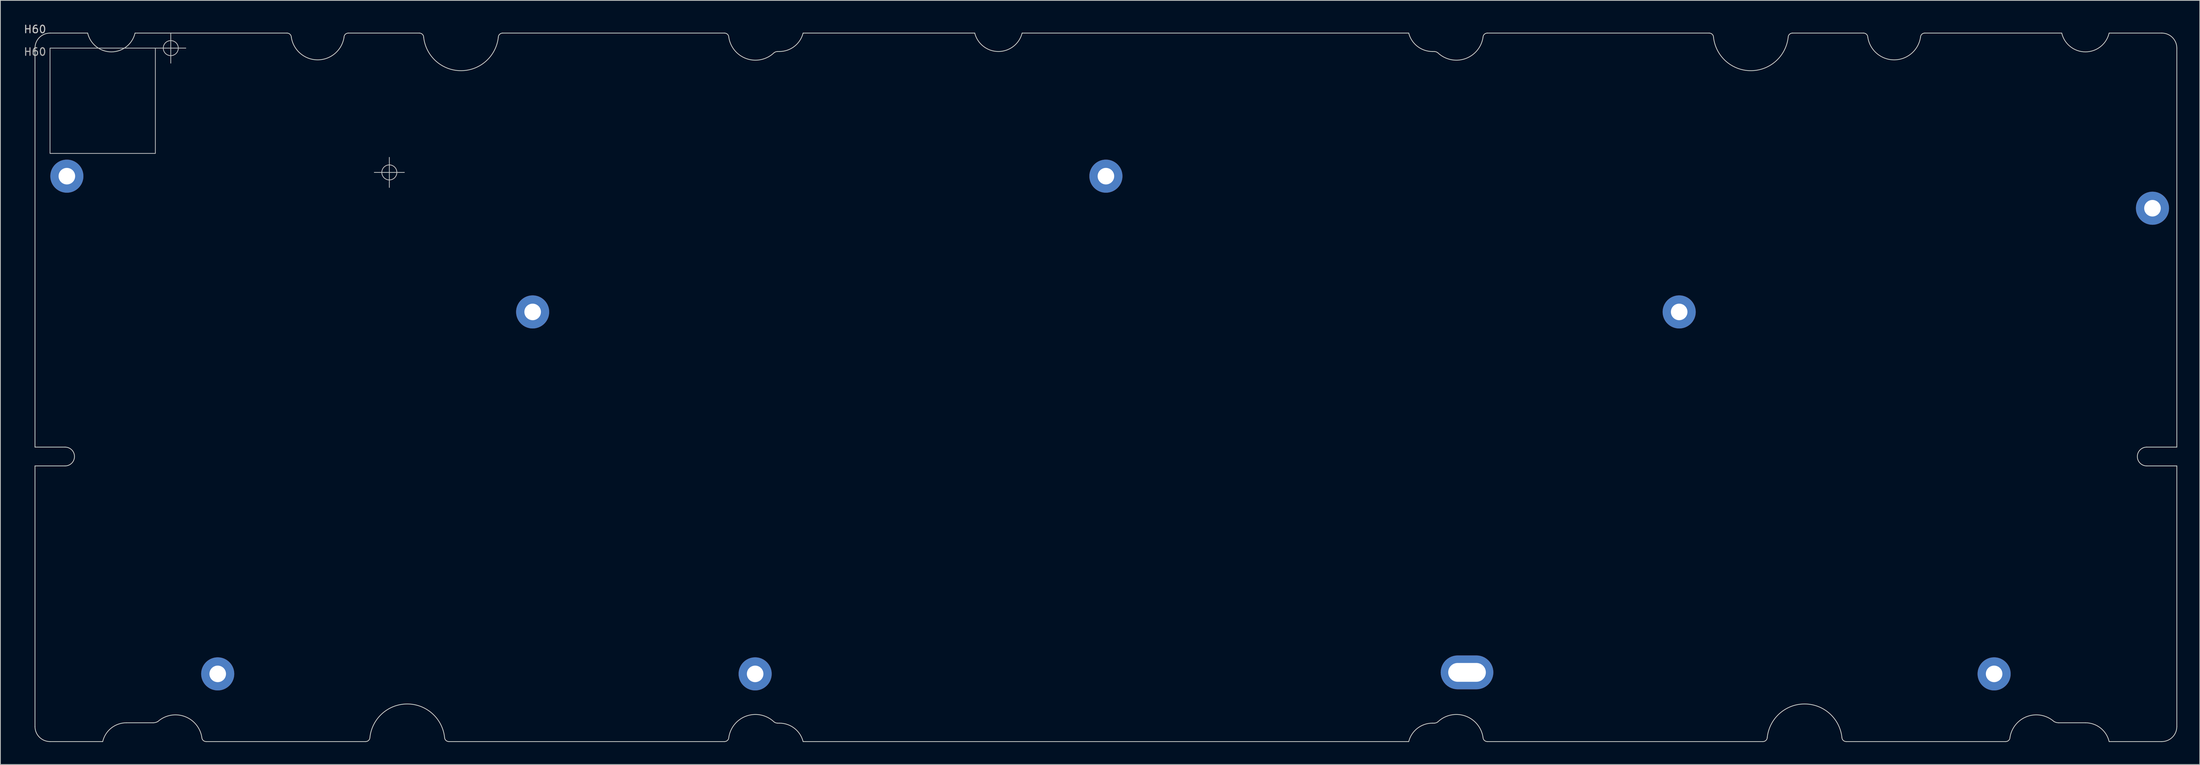
<source format=kicad_pcb>
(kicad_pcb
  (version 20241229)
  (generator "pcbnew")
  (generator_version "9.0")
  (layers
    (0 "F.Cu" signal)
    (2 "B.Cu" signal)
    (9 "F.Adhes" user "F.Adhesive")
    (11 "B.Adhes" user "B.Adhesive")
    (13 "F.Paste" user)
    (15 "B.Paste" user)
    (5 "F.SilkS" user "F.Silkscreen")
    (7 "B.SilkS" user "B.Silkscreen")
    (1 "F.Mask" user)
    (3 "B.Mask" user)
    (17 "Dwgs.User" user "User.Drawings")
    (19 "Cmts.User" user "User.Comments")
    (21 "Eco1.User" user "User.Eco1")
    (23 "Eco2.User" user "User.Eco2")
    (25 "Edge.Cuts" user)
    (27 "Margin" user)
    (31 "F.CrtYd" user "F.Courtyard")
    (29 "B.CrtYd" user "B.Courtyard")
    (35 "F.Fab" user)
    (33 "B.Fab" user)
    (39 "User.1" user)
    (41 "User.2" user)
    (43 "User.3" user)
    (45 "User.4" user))
  (footprint "H60"
    (layer "F.Cu")
    (at 1.601 1.348)
    (property "Reference" "H60" (at 0 -0.5 0) (unlocked yes) (layer "Dwgs.User") (effects (font (size 1 1) (thickness 0.15))))
    (attr through_hole)
    (fp_line (start 16.05 2) (end 20.05 2) (stroke (width 0.1) (type default)) (layer "Dwgs.User"))
    (fp_line (start 18.05 0) (end 18.05 4) (stroke (width 0.1) (type default)) (layer "Dwgs.User"))
    (fp_line (start 45.1 18.525) (end 49.1 18.525) (stroke (width 0.1) (type default)) (layer "Dwgs.User"))
    (fp_line (start 47.1 16.525) (end 47.1 20.525) (stroke (width 0.1) (type default)) (layer "Dwgs.User"))
    (fp_rect (start 2 2) (end 16 16) (stroke (width 0.1) (type default)) (fill no) (layer "Dwgs.User"))
    (fp_circle (center 18.05 2) (end 19.05 2) (stroke (width 0.1) (type solid)) (fill no) (layer "Dwgs.User"))
    (fp_circle (center 47.1 18.525) (end 48.1 18.525) (stroke (width 0.1) (type solid)) (fill no) (layer "Dwgs.User"))
    (fp_line (start 0 2) (end 0 55.05) (stroke (width 0.1) (type solid)) (layer "Edge.Cuts"))
    (fp_line (start 0 55.05) (end 4 55.05) (stroke (width 0.1) (type default)) (layer "Edge.Cuts"))
    (fp_line (start 0 57.55) (end 0 92.2) (stroke (width 0.1) (type solid)) (layer "Edge.Cuts"))
    (fp_line (start 2 0) (end 7 0) (stroke (width 0.1) (type solid)) (layer "Edge.Cuts"))
    (fp_line (start 2 94.2) (end 9 94.2) (stroke (width 0.1) (type default)) (layer "Edge.Cuts"))
    (fp_line (start 4 57.55) (end 0 57.55) (stroke (width 0.1) (type default)) (layer "Edge.Cuts"))
    (fp_line (start 12.15 91.7) (end 15.72 91.7) (stroke (width 0.1) (type solid)) (layer "Edge.Cuts"))
    (fp_line (start 13.3 0) (end 33.505 0) (stroke (width 0.1) (type solid)) (layer "Edge.Cuts"))
    (fp_line (start 41.645 0) (end 51.095 0) (stroke (width 0.1) (type solid)) (layer "Edge.Cuts"))
    (fp_line (start 43.951 94.2) (end 22.746 94.2) (stroke (width 0.1) (type solid)) (layer "Edge.Cuts"))
    (fp_line (start 62.155 0) (end 91.655 0) (stroke (width 0.1) (type solid)) (layer "Edge.Cuts"))
    (fp_line (start 91.655 94.2) (end 55.011 94.2) (stroke (width 0.1) (type default)) (layer "Edge.Cuts"))
    (fp_line (start 98.72 2.45) (end 98.95 2.45) (stroke (width 0.1) (type solid)) (layer "Edge.Cuts"))
    (fp_line (start 98.72 91.75) (end 98.95 91.75) (stroke (width 0.1) (type solid)) (layer "Edge.Cuts"))
    (fp_line (start 102.1 0) (end 124.912 0) (stroke (width 0.1) (type solid)) (layer "Edge.Cuts"))
    (fp_line (start 102.1 94.2) (end 182.6 94.2) (stroke (width 0.1) (type solid)) (layer "Edge.Cuts"))
    (fp_line (start 131.212 0) (end 182.6 0) (stroke (width 0.1) (type solid)) (layer "Edge.Cuts"))
    (fp_line (start 185.98 2.45) (end 185.75 2.45) (stroke (width 0.1) (type solid)) (layer "Edge.Cuts"))
    (fp_line (start 185.98 91.75) (end 185.75 91.75) (stroke (width 0.1) (type solid)) (layer "Edge.Cuts"))
    (fp_line (start 193.045 0) (end 222.545 0) (stroke (width 0.1) (type default)) (layer "Edge.Cuts"))
    (fp_line (start 193.045 94.2) (end 229.689 94.2) (stroke (width 0.1) (type default)) (layer "Edge.Cuts"))
    (fp_line (start 233.605 0) (end 243.055 0) (stroke (width 0.1) (type solid)) (layer "Edge.Cuts"))
    (fp_line (start 240.749 94.2) (end 261.954 94.2) (stroke (width 0.1) (type solid)) (layer "Edge.Cuts"))
    (fp_line (start 251.195 0) (end 269.4 0) (stroke (width 0.1) (type solid)) (layer "Edge.Cuts"))
    (fp_line (start 272.55 91.7) (end 268.98 91.7) (stroke (width 0.1) (type solid)) (layer "Edge.Cuts"))
    (fp_line (start 282.7 0) (end 275.7 0) (stroke (width 0.1) (type default)) (layer "Edge.Cuts"))
    (fp_line (start 282.7 94.2) (end 275.7 94.2) (stroke (width 0.1) (type default)) (layer "Edge.Cuts"))
    (fp_line (start 284.7 2) (end 284.7 55.05) (stroke (width 0.1) (type solid)) (layer "Edge.Cuts"))
    (fp_line (start 284.7 55.05) (end 280.7 55.05) (stroke (width 0.1) (type default)) (layer "Edge.Cuts"))
    (fp_line (start 284.7 57.55) (end 280.7 57.55) (stroke (width 0.1) (type default)) (layer "Edge.Cuts"))
    (fp_line (start 284.7 57.55) (end 284.7 92.2) (stroke (width 0.1) (type solid)) (layer "Edge.Cuts"))
    (fp_arc (start 0 2) (mid 0.585786 0.585786) (end 2 0) (stroke (width 0.1) (type default)) (layer "Edge.Cuts"))
    (fp_arc (start 2 94.2) (mid 0.585786 93.614214) (end 0 92.2) (stroke (width 0.1) (type default)) (layer "Edge.Cuts"))
    (fp_arc (start 4 55.05) (mid 5.25 56.3) (end 4 57.55) (stroke (width 0.1) (type default)) (layer "Edge.Cuts"))
    (fp_arc (start 9 94.2) (mid 10.142021 92.398753) (end 12.15 91.7) (stroke (width 0.1) (type solid)) (layer "Edge.Cuts"))
    (fp_arc (start 13.3 0) (mid 10.15 2.5) (end 7 0) (stroke (width 0.1) (type solid)) (layer "Edge.Cuts"))
    (fp_arc (start 16.337395 91.528992) (mid 16.04032 91.656458) (end 15.72 91.7) (stroke (width 0.1) (type default)) (layer "Edge.Cuts"))
    (fp_arc (start 16.337395 91.528992) (mid 19.875512 90.855125) (end 22.17625 93.63) (stroke (width 0.1) (type solid)) (layer "Edge.Cuts"))
    (fp_arc (start 22.74625 94.2) (mid 22.343199 94.033051) (end 22.17625 93.63) (stroke (width 0.1) (type solid)) (layer "Edge.Cuts"))
    (fp_arc (start 33.505 0) (mid 33.908051 0.166949) (end 34.075 0.57) (stroke (width 0.1) (type solid)) (layer "Edge.Cuts"))
    (fp_arc (start 41.075 0.57) (mid 37.575 3.56) (end 34.075 0.57) (stroke (width 0.1) (type solid)) (layer "Edge.Cuts"))
    (fp_arc (start 41.075 0.57) (mid 41.241949 0.166949) (end 41.645 0) (stroke (width 0.1) (type solid)) (layer "Edge.Cuts"))
    (fp_arc (start 44.52125 93.63) (mid 44.354301 94.033051) (end 43.95125 94.2) (stroke (width 0.1) (type solid)) (layer "Edge.Cuts"))
    (fp_arc (start 44.52125 93.63) (mid 49.48125 89.2) (end 54.44125 93.63) (stroke (width 0.1) (type solid)) (layer "Edge.Cuts"))
    (fp_arc (start 51.095 0) (mid 51.498051 0.166949) (end 51.665 0.57) (stroke (width 0.1) (type solid)) (layer "Edge.Cuts"))
    (fp_arc (start 55.01125 94.2) (mid 54.608199 94.033051) (end 54.44125 93.63) (stroke (width 0.1) (type solid)) (layer "Edge.Cuts"))
    (fp_arc (start 61.585 0.57) (mid 56.625 5) (end 51.665 0.57) (stroke (width 0.1) (type solid)) (layer "Edge.Cuts"))
    (fp_arc (start 61.585 0.57) (mid 61.751949 0.166949) (end 62.155 0) (stroke (width 0.1) (type solid)) (layer "Edge.Cuts"))
    (fp_arc (start 91.655 0) (mid 92.058051 0.166949) (end 92.225 0.57) (stroke (width 0.1) (type solid)) (layer "Edge.Cuts"))
    (fp_arc (start 92.225 93.63) (mid 92.058051 94.033051) (end 91.655 94.2) (stroke (width 0.1) (type solid)) (layer "Edge.Cuts"))
    (fp_arc (start 92.225 93.63) (mid 94.613658 90.785327) (end 98.24 91.59) (stroke (width 0.1) (type solid)) (layer "Edge.Cuts"))
    (fp_arc (start 98.24 2.61) (mid 94.625406 3.418634) (end 92.225 0.57) (stroke (width 0.1) (type solid)) (layer "Edge.Cuts"))
    (fp_arc (start 98.24 2.61) (mid 98.467018 2.491053) (end 98.72 2.45) (stroke (width 0.1) (type default)) (layer "Edge.Cuts"))
    (fp_arc (start 98.72 91.75) (mid 98.467018 91.708947) (end 98.24 91.59) (stroke (width 0.1) (type default)) (layer "Edge.Cuts"))
    (fp_arc (start 98.95 91.75) (mid 100.945307 92.434605) (end 102.1 94.2) (stroke (width 0.1) (type solid)) (layer "Edge.Cuts"))
    (fp_arc (start 102.1 0) (mid 100.939705 1.769742) (end 98.95 2.45) (stroke (width 0.1) (type solid)) (layer "Edge.Cuts"))
    (fp_arc (start 131.212 0) (mid 128.062 2.45) (end 124.912 0) (stroke (width 0.1) (type solid)) (layer "Edge.Cuts"))
    (fp_arc (start 182.6 94.2) (mid 183.754693 92.434605) (end 185.75 91.75) (stroke (width 0.1) (type solid)) (layer "Edge.Cuts"))
    (fp_arc (start 185.75 2.45) (mid 183.754693 1.765395) (end 182.6 0) (stroke (width 0.1) (type solid)) (layer "Edge.Cuts"))
    (fp_arc (start 185.98 2.45) (mid 186.232982 2.491053) (end 186.46 2.61) (stroke (width 0.1) (type default)) (layer "Edge.Cuts"))
    (fp_arc (start 186.46 91.59) (mid 186.232982 91.708947) (end 185.98 91.75) (stroke (width 0.1) (type default)) (layer "Edge.Cuts"))
    (fp_arc (start 186.46 91.59) (mid 190.086342 90.785327) (end 192.475 93.63) (stroke (width 0.1) (type solid)) (layer "Edge.Cuts"))
    (fp_arc (start 192.475 0.57) (mid 190.086342 3.414673) (end 186.46 2.61) (stroke (width 0.1) (type solid)) (layer "Edge.Cuts"))
    (fp_arc (start 192.475 0.57) (mid 192.641949 0.166949) (end 193.045 0) (stroke (width 0.1) (type solid)) (layer "Edge.Cuts"))
    (fp_arc (start 193.045 94.2) (mid 192.641949 94.033051) (end 192.475 93.63) (stroke (width 0.1) (type solid)) (layer "Edge.Cuts"))
    (fp_arc (start 222.545 0) (mid 222.948051 0.166949) (end 223.115 0.57) (stroke (width 0.1) (type solid)) (layer "Edge.Cuts"))
    (fp_arc (start 230.25875 93.63) (mid 230.091801 94.033051) (end 229.68875 94.2) (stroke (width 0.1) (type solid)) (layer "Edge.Cuts"))
    (fp_arc (start 230.25875 93.63) (mid 235.21875 89.2) (end 240.17875 93.63) (stroke (width 0.1) (type solid)) (layer "Edge.Cuts"))
    (fp_arc (start 233.035 0.57) (mid 228.075 5) (end 223.115 0.57) (stroke (width 0.1) (type solid)) (layer "Edge.Cuts"))
    (fp_arc (start 233.035 0.57) (mid 233.201949 0.166949) (end 233.605 0) (stroke (width 0.1) (type solid)) (layer "Edge.Cuts"))
    (fp_arc (start 240.74875 94.2) (mid 240.345699 94.033051) (end 240.17875 93.63) (stroke (width 0.1) (type solid)) (layer "Edge.Cuts"))
    (fp_arc (start 243.055 0) (mid 243.458051 0.166949) (end 243.625 0.57) (stroke (width 0.1) (type solid)) (layer "Edge.Cuts"))
    (fp_arc (start 250.625 0.57) (mid 247.125 3.56) (end 243.625 0.57) (stroke (width 0.1) (type solid)) (layer "Edge.Cuts"))
    (fp_arc (start 250.625 0.57) (mid 250.791949 0.166949) (end 251.195 0) (stroke (width 0.1) (type solid)) (layer "Edge.Cuts"))
    (fp_arc (start 262.52375 93.63) (mid 262.356801 94.033051) (end 261.95375 94.2) (stroke (width 0.1) (type solid)) (layer "Edge.Cuts"))
    (fp_arc (start 262.52375 93.63) (mid 264.822899 90.855697) (end 268.362605 91.528992) (stroke (width 0.1) (type solid)) (layer "Edge.Cuts"))
    (fp_arc (start 268.98 91.7) (mid 268.65968 91.656458) (end 268.362605 91.528992) (stroke (width 0.1) (type default)) (layer "Edge.Cuts"))
    (fp_arc (start 272.55 91.7) (mid 274.560753 92.400952) (end 275.7 94.2) (stroke (width 0.1) (type solid)) (layer "Edge.Cuts"))
    (fp_arc (start 275.7 0) (mid 272.55 2.5) (end 269.4 0) (stroke (width 0.1) (type solid)) (layer "Edge.Cuts"))
    (fp_arc (start 280.7 57.55) (mid 279.45 56.3) (end 280.7 55.05) (stroke (width 0.1) (type default)) (layer "Edge.Cuts"))
    (fp_arc (start 282.7 0) (mid 284.114214 0.585786) (end 284.7 2) (stroke (width 0.1) (type solid)) (layer "Edge.Cuts"))
    (fp_arc (start 284.7 92.2) (mid 284.114214 93.614214) (end 282.7 94.2) (stroke (width 0.1) (type default)) (layer "Edge.Cuts"))
    (fp_text user "${REFERENCE}" (at 0 2.5 0) (unlocked yes) (layer "F.Fab") (effects (font (size 1 1) (thickness 0.15))))
    (pad "" thru_hole circle (at 4.237 19.025) (size 4.4 4.4) (drill 2.2) (layers "*.Cu" "*.Mask"))
    (pad "" thru_hole circle (at 24.288 85.2) (size 4.4 4.4) (drill 2.2) (layers "*.Cu" "*.Mask"))
    (pad "" thru_hole circle (at 66.15 37.075) (size 4.4 4.4) (drill 2.2) (layers "*.Cu" "*.Mask"))
    (pad "" thru_hole circle (at 95.725 85.2) (size 4.4 4.4) (drill 2.2) (layers "*.Cu" "*.Mask"))
    (pad "" thru_hole circle (at 142.35 19.025) (size 4.4 4.4) (drill 2.2) (layers "*.Cu" "*.Mask"))
    (pad "" thru_hole roundrect (at 190.35 85) (size 7 4.5) (drill oval 5 2.5) (layers "*.Cu" "*.Mask") (roundrect_rratio 0.5))
    (pad "" thru_hole circle (at 218.55 37.075) (size 4.4 4.4) (drill 2.2) (layers "*.Cu" "*.Mask"))
    (pad "" thru_hole circle (at 260.413 85.2) (size 4.4 4.4) (drill 2.2) (layers "*.Cu" "*.Mask"))
    (pad "" thru_hole circle (at 281.462 23.288) (size 4.4 4.4) (drill 2.2) (layers "*.Cu" "*.Mask")))
  (gr_rect
    (start -3 -3)
    (end 289.351 98.598)
    (stroke (width 0.1) (type default))
    (fill no)
    (layer "Edge.Cuts")))
</source>
